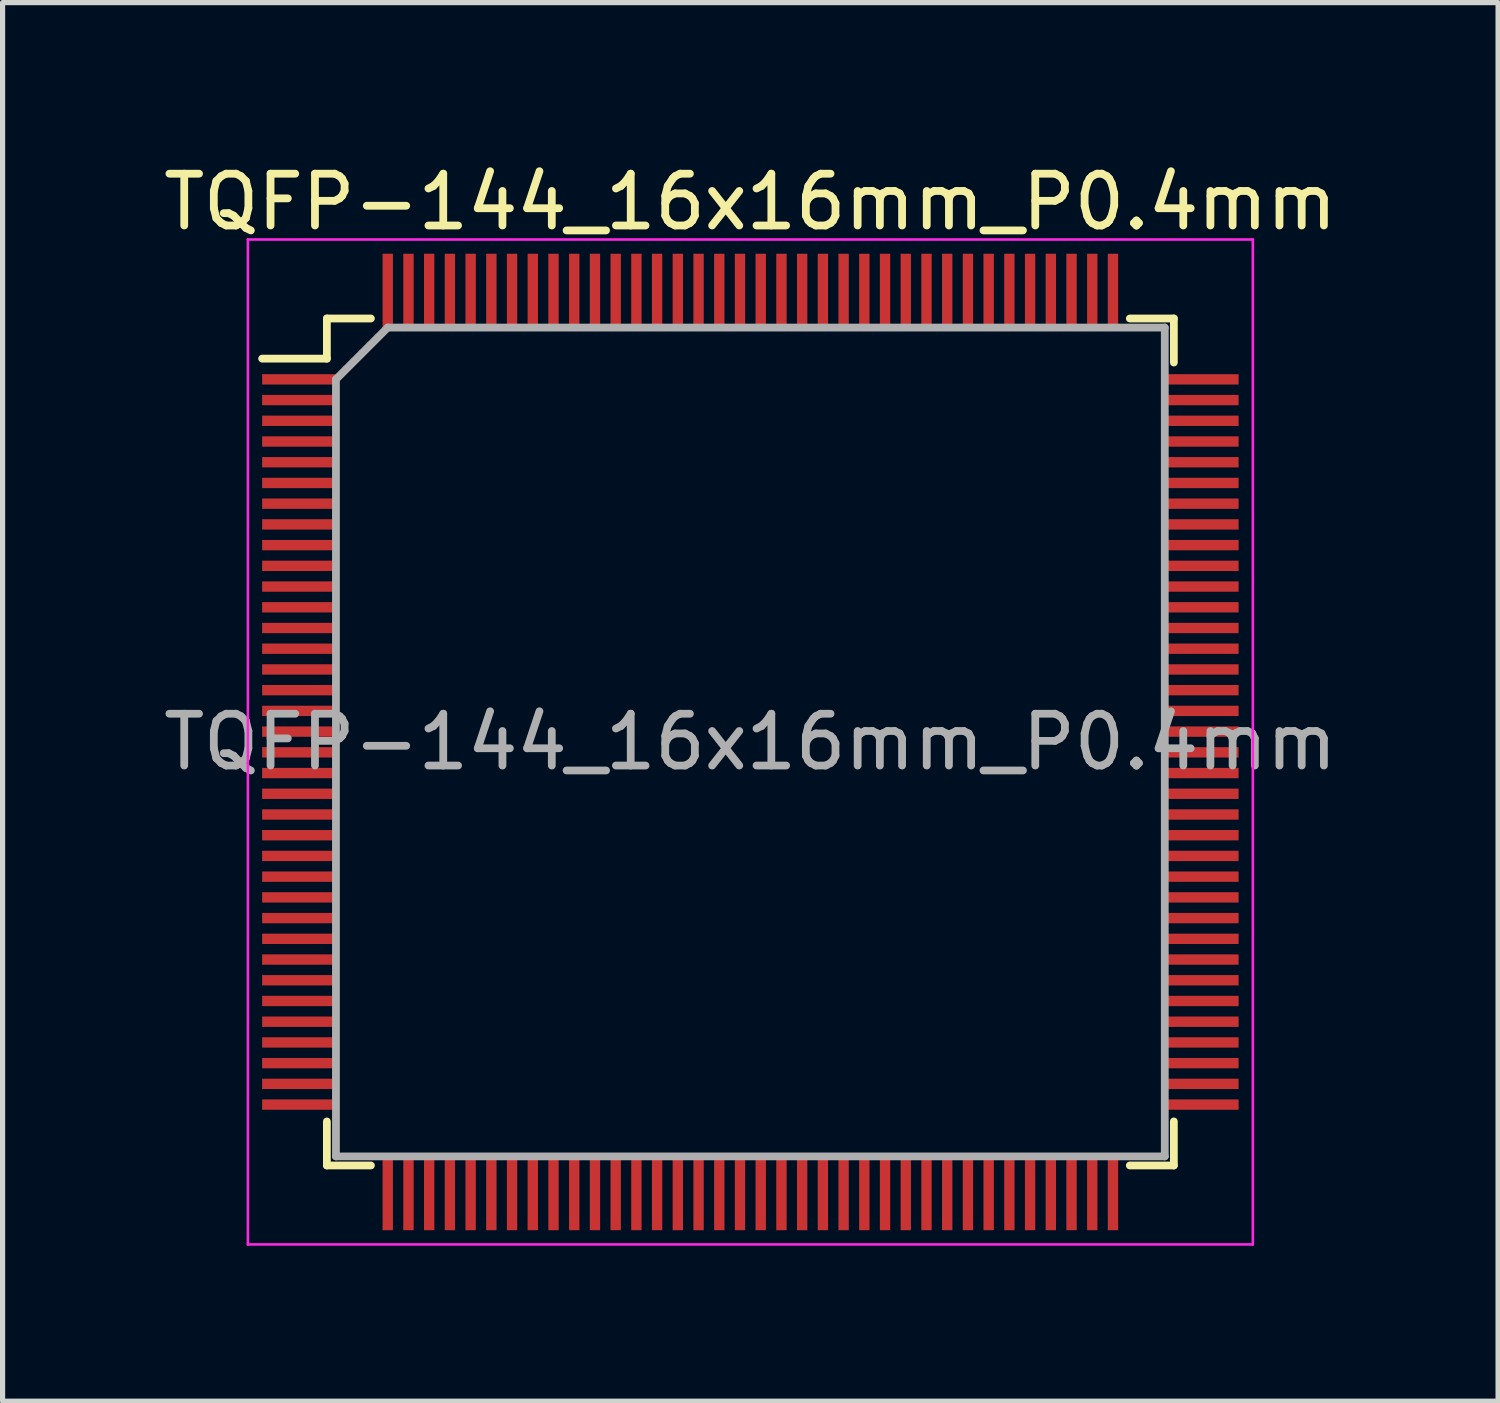
<source format=kicad_pcb>
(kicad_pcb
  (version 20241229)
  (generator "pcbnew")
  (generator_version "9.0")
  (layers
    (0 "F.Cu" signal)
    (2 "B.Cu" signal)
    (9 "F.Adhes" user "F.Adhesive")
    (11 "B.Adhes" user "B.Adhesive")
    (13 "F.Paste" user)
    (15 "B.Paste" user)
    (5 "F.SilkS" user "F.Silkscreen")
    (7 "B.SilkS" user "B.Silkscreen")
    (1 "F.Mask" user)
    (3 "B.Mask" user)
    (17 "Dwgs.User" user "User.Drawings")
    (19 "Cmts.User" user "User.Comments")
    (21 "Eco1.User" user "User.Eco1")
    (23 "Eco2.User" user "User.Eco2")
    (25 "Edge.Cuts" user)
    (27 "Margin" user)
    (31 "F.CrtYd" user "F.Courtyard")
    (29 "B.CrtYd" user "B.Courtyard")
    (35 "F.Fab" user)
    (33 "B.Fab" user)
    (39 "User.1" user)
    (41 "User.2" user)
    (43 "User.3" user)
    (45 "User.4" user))
  (footprint "TQFP-144_16x16mm_P0.4mm"
    (layer "F.Cu")
    (at 11.435 11.273)
    (property "Reference" "TQFP-144_16x16mm_P0.4mm" (at 0 -10.425 0) (layer "F.SilkS") (effects (font (size 1 1) (thickness 0.15))))
    (attr smd)
    (fp_line (start -8.175 -8.175) (end -8.175 -7.4) (stroke (width 0.15) (type solid)) (layer "F.SilkS"))
    (fp_line (start -8.175 -8.175) (end -7.325 -8.175) (stroke (width 0.15) (type solid)) (layer "F.SilkS"))
    (fp_line (start -8.175 -7.4) (end -9.425 -7.4) (stroke (width 0.15) (type solid)) (layer "F.SilkS"))
    (fp_line (start -8.175 8.175) (end -8.175 7.325) (stroke (width 0.15) (type solid)) (layer "F.SilkS"))
    (fp_line (start -8.175 8.175) (end -7.325 8.175) (stroke (width 0.15) (type solid)) (layer "F.SilkS"))
    (fp_line (start 8.175 -8.175) (end 7.325 -8.175) (stroke (width 0.15) (type solid)) (layer "F.SilkS"))
    (fp_line (start 8.175 -8.175) (end 8.175 -7.325) (stroke (width 0.15) (type solid)) (layer "F.SilkS"))
    (fp_line (start 8.175 8.175) (end 7.325 8.175) (stroke (width 0.15) (type solid)) (layer "F.SilkS"))
    (fp_line (start 8.175 8.175) (end 8.175 7.325) (stroke (width 0.15) (type solid)) (layer "F.SilkS"))
    (fp_line (start -9.7 -9.7) (end -9.7 9.7) (stroke (width 0.05) (type solid)) (layer "F.CrtYd"))
    (fp_line (start -9.7 -9.7) (end 9.7 -9.7) (stroke (width 0.05) (type solid)) (layer "F.CrtYd"))
    (fp_line (start -9.7 9.7) (end 9.7 9.7) (stroke (width 0.05) (type solid)) (layer "F.CrtYd"))
    (fp_line (start 9.7 -9.7) (end 9.7 9.7) (stroke (width 0.05) (type solid)) (layer "F.CrtYd"))
    (fp_line (start -8 -7) (end -7 -8) (stroke (width 0.15) (type solid)) (layer "F.Fab"))
    (fp_line (start -8 8) (end -8 -7) (stroke (width 0.15) (type solid)) (layer "F.Fab"))
    (fp_line (start -7 -8) (end 8 -8) (stroke (width 0.15) (type solid)) (layer "F.Fab"))
    (fp_line (start 8 -8) (end 8 8) (stroke (width 0.15) (type solid)) (layer "F.Fab"))
    (fp_line (start 8 8) (end -8 8) (stroke (width 0.15) (type solid)) (layer "F.Fab"))
    (fp_text user "${REFERENCE}" (at 0 0 0) (layer "F.Fab") (effects (font (size 1 1) (thickness 0.15))))
    (pad "1" smd rect (at -8.7 -7) (size 1.45 0.2) (layers "F.Cu" "F.Mask" "F.Paste"))
    (pad "2" smd rect (at -8.7 -6.6) (size 1.45 0.2) (layers "F.Cu" "F.Mask" "F.Paste"))
    (pad "3" smd rect (at -8.7 -6.2) (size 1.45 0.2) (layers "F.Cu" "F.Mask" "F.Paste"))
    (pad "4" smd rect (at -8.7 -5.8) (size 1.45 0.2) (layers "F.Cu" "F.Mask" "F.Paste"))
    (pad "5" smd rect (at -8.7 -5.4) (size 1.45 0.2) (layers "F.Cu" "F.Mask" "F.Paste"))
    (pad "6" smd rect (at -8.7 -5) (size 1.45 0.2) (layers "F.Cu" "F.Mask" "F.Paste"))
    (pad "7" smd rect (at -8.7 -4.6) (size 1.45 0.2) (layers "F.Cu" "F.Mask" "F.Paste"))
    (pad "8" smd rect (at -8.7 -4.2) (size 1.45 0.2) (layers "F.Cu" "F.Mask" "F.Paste"))
    (pad "9" smd rect (at -8.7 -3.8) (size 1.45 0.2) (layers "F.Cu" "F.Mask" "F.Paste"))
    (pad "10" smd rect (at -8.7 -3.4) (size 1.45 0.2) (layers "F.Cu" "F.Mask" "F.Paste"))
    (pad "11" smd rect (at -8.7 -3) (size 1.45 0.2) (layers "F.Cu" "F.Mask" "F.Paste"))
    (pad "12" smd rect (at -8.7 -2.6) (size 1.45 0.2) (layers "F.Cu" "F.Mask" "F.Paste"))
    (pad "13" smd rect (at -8.7 -2.2) (size 1.45 0.2) (layers "F.Cu" "F.Mask" "F.Paste"))
    (pad "14" smd rect (at -8.7 -1.8) (size 1.45 0.2) (layers "F.Cu" "F.Mask" "F.Paste"))
    (pad "15" smd rect (at -8.7 -1.4) (size 1.45 0.2) (layers "F.Cu" "F.Mask" "F.Paste"))
    (pad "16" smd rect (at -8.7 -1) (size 1.45 0.2) (layers "F.Cu" "F.Mask" "F.Paste"))
    (pad "17" smd rect (at -8.7 -0.6) (size 1.45 0.2) (layers "F.Cu" "F.Mask" "F.Paste"))
    (pad "18" smd rect (at -8.7 -0.2) (size 1.45 0.2) (layers "F.Cu" "F.Mask" "F.Paste"))
    (pad "19" smd rect (at -8.7 0.2) (size 1.45 0.2) (layers "F.Cu" "F.Mask" "F.Paste"))
    (pad "20" smd rect (at -8.7 0.6) (size 1.45 0.2) (layers "F.Cu" "F.Mask" "F.Paste"))
    (pad "21" smd rect (at -8.7 1) (size 1.45 0.2) (layers "F.Cu" "F.Mask" "F.Paste"))
    (pad "22" smd rect (at -8.7 1.4) (size 1.45 0.2) (layers "F.Cu" "F.Mask" "F.Paste"))
    (pad "23" smd rect (at -8.7 1.8) (size 1.45 0.2) (layers "F.Cu" "F.Mask" "F.Paste"))
    (pad "24" smd rect (at -8.7 2.2) (size 1.45 0.2) (layers "F.Cu" "F.Mask" "F.Paste"))
    (pad "25" smd rect (at -8.7 2.6) (size 1.45 0.2) (layers "F.Cu" "F.Mask" "F.Paste"))
    (pad "26" smd rect (at -8.7 3) (size 1.45 0.2) (layers "F.Cu" "F.Mask" "F.Paste"))
    (pad "27" smd rect (at -8.7 3.4) (size 1.45 0.2) (layers "F.Cu" "F.Mask" "F.Paste"))
    (pad "28" smd rect (at -8.7 3.8) (size 1.45 0.2) (layers "F.Cu" "F.Mask" "F.Paste"))
    (pad "29" smd rect (at -8.7 4.2) (size 1.45 0.2) (layers "F.Cu" "F.Mask" "F.Paste"))
    (pad "30" smd rect (at -8.7 4.6) (size 1.45 0.2) (layers "F.Cu" "F.Mask" "F.Paste"))
    (pad "31" smd rect (at -8.7 5) (size 1.45 0.2) (layers "F.Cu" "F.Mask" "F.Paste"))
    (pad "32" smd rect (at -8.7 5.4) (size 1.45 0.2) (layers "F.Cu" "F.Mask" "F.Paste"))
    (pad "33" smd rect (at -8.7 5.8) (size 1.45 0.2) (layers "F.Cu" "F.Mask" "F.Paste"))
    (pad "34" smd rect (at -8.7 6.2) (size 1.45 0.2) (layers "F.Cu" "F.Mask" "F.Paste"))
    (pad "35" smd rect (at -8.7 6.6) (size 1.45 0.2) (layers "F.Cu" "F.Mask" "F.Paste"))
    (pad "36" smd rect (at -8.7 7) (size 1.45 0.2) (layers "F.Cu" "F.Mask" "F.Paste"))
    (pad "37" smd rect (at -7 8.7 90) (size 1.45 0.2) (layers "F.Cu" "F.Mask" "F.Paste"))
    (pad "38" smd rect (at -6.6 8.7 90) (size 1.45 0.2) (layers "F.Cu" "F.Mask" "F.Paste"))
    (pad "39" smd rect (at -6.2 8.7 90) (size 1.45 0.2) (layers "F.Cu" "F.Mask" "F.Paste"))
    (pad "40" smd rect (at -5.8 8.7 90) (size 1.45 0.2) (layers "F.Cu" "F.Mask" "F.Paste"))
    (pad "41" smd rect (at -5.4 8.7 90) (size 1.45 0.2) (layers "F.Cu" "F.Mask" "F.Paste"))
    (pad "42" smd rect (at -5 8.7 90) (size 1.45 0.2) (layers "F.Cu" "F.Mask" "F.Paste"))
    (pad "43" smd rect (at -4.6 8.7 90) (size 1.45 0.2) (layers "F.Cu" "F.Mask" "F.Paste"))
    (pad "44" smd rect (at -4.2 8.7 90) (size 1.45 0.2) (layers "F.Cu" "F.Mask" "F.Paste"))
    (pad "45" smd rect (at -3.8 8.7 90) (size 1.45 0.2) (layers "F.Cu" "F.Mask" "F.Paste"))
    (pad "46" smd rect (at -3.4 8.7 90) (size 1.45 0.2) (layers "F.Cu" "F.Mask" "F.Paste"))
    (pad "47" smd rect (at -3 8.7 90) (size 1.45 0.2) (layers "F.Cu" "F.Mask" "F.Paste"))
    (pad "48" smd rect (at -2.6 8.7 90) (size 1.45 0.2) (layers "F.Cu" "F.Mask" "F.Paste"))
    (pad "49" smd rect (at -2.2 8.7 90) (size 1.45 0.2) (layers "F.Cu" "F.Mask" "F.Paste"))
    (pad "50" smd rect (at -1.8 8.7 90) (size 1.45 0.2) (layers "F.Cu" "F.Mask" "F.Paste"))
    (pad "51" smd rect (at -1.4 8.7 90) (size 1.45 0.2) (layers "F.Cu" "F.Mask" "F.Paste"))
    (pad "52" smd rect (at -1 8.7 90) (size 1.45 0.2) (layers "F.Cu" "F.Mask" "F.Paste"))
    (pad "53" smd rect (at -0.6 8.7 90) (size 1.45 0.2) (layers "F.Cu" "F.Mask" "F.Paste"))
    (pad "54" smd rect (at -0.2 8.7 90) (size 1.45 0.2) (layers "F.Cu" "F.Mask" "F.Paste"))
    (pad "55" smd rect (at 0.2 8.7 90) (size 1.45 0.2) (layers "F.Cu" "F.Mask" "F.Paste"))
    (pad "56" smd rect (at 0.6 8.7 90) (size 1.45 0.2) (layers "F.Cu" "F.Mask" "F.Paste"))
    (pad "57" smd rect (at 1 8.7 90) (size 1.45 0.2) (layers "F.Cu" "F.Mask" "F.Paste"))
    (pad "58" smd rect (at 1.4 8.7 90) (size 1.45 0.2) (layers "F.Cu" "F.Mask" "F.Paste"))
    (pad "59" smd rect (at 1.8 8.7 90) (size 1.45 0.2) (layers "F.Cu" "F.Mask" "F.Paste"))
    (pad "60" smd rect (at 2.2 8.7 90) (size 1.45 0.2) (layers "F.Cu" "F.Mask" "F.Paste"))
    (pad "61" smd rect (at 2.6 8.7 90) (size 1.45 0.2) (layers "F.Cu" "F.Mask" "F.Paste"))
    (pad "62" smd rect (at 3 8.7 90) (size 1.45 0.2) (layers "F.Cu" "F.Mask" "F.Paste"))
    (pad "63" smd rect (at 3.4 8.7 90) (size 1.45 0.2) (layers "F.Cu" "F.Mask" "F.Paste"))
    (pad "64" smd rect (at 3.8 8.7 90) (size 1.45 0.2) (layers "F.Cu" "F.Mask" "F.Paste"))
    (pad "65" smd rect (at 4.2 8.7 90) (size 1.45 0.2) (layers "F.Cu" "F.Mask" "F.Paste"))
    (pad "66" smd rect (at 4.6 8.7 90) (size 1.45 0.2) (layers "F.Cu" "F.Mask" "F.Paste"))
    (pad "67" smd rect (at 5 8.7 90) (size 1.45 0.2) (layers "F.Cu" "F.Mask" "F.Paste"))
    (pad "68" smd rect (at 5.4 8.7 90) (size 1.45 0.2) (layers "F.Cu" "F.Mask" "F.Paste"))
    (pad "69" smd rect (at 5.8 8.7 90) (size 1.45 0.2) (layers "F.Cu" "F.Mask" "F.Paste"))
    (pad "70" smd rect (at 6.2 8.7 90) (size 1.45 0.2) (layers "F.Cu" "F.Mask" "F.Paste"))
    (pad "71" smd rect (at 6.6 8.7 90) (size 1.45 0.2) (layers "F.Cu" "F.Mask" "F.Paste"))
    (pad "72" smd rect (at 7 8.7 90) (size 1.45 0.2) (layers "F.Cu" "F.Mask" "F.Paste"))
    (pad "73" smd rect (at 8.7 7) (size 1.45 0.2) (layers "F.Cu" "F.Mask" "F.Paste"))
    (pad "74" smd rect (at 8.7 6.6) (size 1.45 0.2) (layers "F.Cu" "F.Mask" "F.Paste"))
    (pad "75" smd rect (at 8.7 6.2) (size 1.45 0.2) (layers "F.Cu" "F.Mask" "F.Paste"))
    (pad "76" smd rect (at 8.7 5.8) (size 1.45 0.2) (layers "F.Cu" "F.Mask" "F.Paste"))
    (pad "77" smd rect (at 8.7 5.4) (size 1.45 0.2) (layers "F.Cu" "F.Mask" "F.Paste"))
    (pad "78" smd rect (at 8.7 5) (size 1.45 0.2) (layers "F.Cu" "F.Mask" "F.Paste"))
    (pad "79" smd rect (at 8.7 4.6) (size 1.45 0.2) (layers "F.Cu" "F.Mask" "F.Paste"))
    (pad "80" smd rect (at 8.7 4.2) (size 1.45 0.2) (layers "F.Cu" "F.Mask" "F.Paste"))
    (pad "81" smd rect (at 8.7 3.8) (size 1.45 0.2) (layers "F.Cu" "F.Mask" "F.Paste"))
    (pad "82" smd rect (at 8.7 3.4) (size 1.45 0.2) (layers "F.Cu" "F.Mask" "F.Paste"))
    (pad "83" smd rect (at 8.7 3) (size 1.45 0.2) (layers "F.Cu" "F.Mask" "F.Paste"))
    (pad "84" smd rect (at 8.7 2.6) (size 1.45 0.2) (layers "F.Cu" "F.Mask" "F.Paste"))
    (pad "85" smd rect (at 8.7 2.2) (size 1.45 0.2) (layers "F.Cu" "F.Mask" "F.Paste"))
    (pad "86" smd rect (at 8.7 1.8) (size 1.45 0.2) (layers "F.Cu" "F.Mask" "F.Paste"))
    (pad "87" smd rect (at 8.7 1.4) (size 1.45 0.2) (layers "F.Cu" "F.Mask" "F.Paste"))
    (pad "88" smd rect (at 8.7 1) (size 1.45 0.2) (layers "F.Cu" "F.Mask" "F.Paste"))
    (pad "89" smd rect (at 8.7 0.6) (size 1.45 0.2) (layers "F.Cu" "F.Mask" "F.Paste"))
    (pad "90" smd rect (at 8.7 0.2) (size 1.45 0.2) (layers "F.Cu" "F.Mask" "F.Paste"))
    (pad "91" smd rect (at 8.7 -0.2) (size 1.45 0.2) (layers "F.Cu" "F.Mask" "F.Paste"))
    (pad "92" smd rect (at 8.7 -0.6) (size 1.45 0.2) (layers "F.Cu" "F.Mask" "F.Paste"))
    (pad "93" smd rect (at 8.7 -1) (size 1.45 0.2) (layers "F.Cu" "F.Mask" "F.Paste"))
    (pad "94" smd rect (at 8.7 -1.4) (size 1.45 0.2) (layers "F.Cu" "F.Mask" "F.Paste"))
    (pad "95" smd rect (at 8.7 -1.8) (size 1.45 0.2) (layers "F.Cu" "F.Mask" "F.Paste"))
    (pad "96" smd rect (at 8.7 -2.2) (size 1.45 0.2) (layers "F.Cu" "F.Mask" "F.Paste"))
    (pad "97" smd rect (at 8.7 -2.6) (size 1.45 0.2) (layers "F.Cu" "F.Mask" "F.Paste"))
    (pad "98" smd rect (at 8.7 -3) (size 1.45 0.2) (layers "F.Cu" "F.Mask" "F.Paste"))
    (pad "99" smd rect (at 8.7 -3.4) (size 1.45 0.2) (layers "F.Cu" "F.Mask" "F.Paste"))
    (pad "100" smd rect (at 8.7 -3.8) (size 1.45 0.2) (layers "F.Cu" "F.Mask" "F.Paste"))
    (pad "101" smd rect (at 8.7 -4.2) (size 1.45 0.2) (layers "F.Cu" "F.Mask" "F.Paste"))
    (pad "102" smd rect (at 8.7 -4.6) (size 1.45 0.2) (layers "F.Cu" "F.Mask" "F.Paste"))
    (pad "103" smd rect (at 8.7 -5) (size 1.45 0.2) (layers "F.Cu" "F.Mask" "F.Paste"))
    (pad "104" smd rect (at 8.7 -5.4) (size 1.45 0.2) (layers "F.Cu" "F.Mask" "F.Paste"))
    (pad "105" smd rect (at 8.7 -5.8) (size 1.45 0.2) (layers "F.Cu" "F.Mask" "F.Paste"))
    (pad "106" smd rect (at 8.7 -6.2) (size 1.45 0.2) (layers "F.Cu" "F.Mask" "F.Paste"))
    (pad "107" smd rect (at 8.7 -6.6) (size 1.45 0.2) (layers "F.Cu" "F.Mask" "F.Paste"))
    (pad "108" smd rect (at 8.7 -7) (size 1.45 0.2) (layers "F.Cu" "F.Mask" "F.Paste"))
    (pad "109" smd rect (at 7 -8.7 90) (size 1.45 0.2) (layers "F.Cu" "F.Mask" "F.Paste"))
    (pad "110" smd rect (at 6.6 -8.7 90) (size 1.45 0.2) (layers "F.Cu" "F.Mask" "F.Paste"))
    (pad "111" smd rect (at 6.2 -8.7 90) (size 1.45 0.2) (layers "F.Cu" "F.Mask" "F.Paste"))
    (pad "112" smd rect (at 5.8 -8.7 90) (size 1.45 0.2) (layers "F.Cu" "F.Mask" "F.Paste"))
    (pad "113" smd rect (at 5.4 -8.7 90) (size 1.45 0.2) (layers "F.Cu" "F.Mask" "F.Paste"))
    (pad "114" smd rect (at 5 -8.7 90) (size 1.45 0.2) (layers "F.Cu" "F.Mask" "F.Paste"))
    (pad "115" smd rect (at 4.6 -8.7 90) (size 1.45 0.2) (layers "F.Cu" "F.Mask" "F.Paste"))
    (pad "116" smd rect (at 4.2 -8.7 90) (size 1.45 0.2) (layers "F.Cu" "F.Mask" "F.Paste"))
    (pad "117" smd rect (at 3.8 -8.7 90) (size 1.45 0.2) (layers "F.Cu" "F.Mask" "F.Paste"))
    (pad "118" smd rect (at 3.4 -8.7 90) (size 1.45 0.2) (layers "F.Cu" "F.Mask" "F.Paste"))
    (pad "119" smd rect (at 3 -8.7 90) (size 1.45 0.2) (layers "F.Cu" "F.Mask" "F.Paste"))
    (pad "120" smd rect (at 2.6 -8.7 90) (size 1.45 0.2) (layers "F.Cu" "F.Mask" "F.Paste"))
    (pad "121" smd rect (at 2.2 -8.7 90) (size 1.45 0.2) (layers "F.Cu" "F.Mask" "F.Paste"))
    (pad "122" smd rect (at 1.8 -8.7 90) (size 1.45 0.2) (layers "F.Cu" "F.Mask" "F.Paste"))
    (pad "123" smd rect (at 1.4 -8.7 90) (size 1.45 0.2) (layers "F.Cu" "F.Mask" "F.Paste"))
    (pad "124" smd rect (at 1 -8.7 90) (size 1.45 0.2) (layers "F.Cu" "F.Mask" "F.Paste"))
    (pad "125" smd rect (at 0.6 -8.7 90) (size 1.45 0.2) (layers "F.Cu" "F.Mask" "F.Paste"))
    (pad "126" smd rect (at 0.2 -8.7 90) (size 1.45 0.2) (layers "F.Cu" "F.Mask" "F.Paste"))
    (pad "127" smd rect (at -0.2 -8.7 90) (size 1.45 0.2) (layers "F.Cu" "F.Mask" "F.Paste"))
    (pad "128" smd rect (at -0.6 -8.7 90) (size 1.45 0.2) (layers "F.Cu" "F.Mask" "F.Paste"))
    (pad "129" smd rect (at -1 -8.7 90) (size 1.45 0.2) (layers "F.Cu" "F.Mask" "F.Paste"))
    (pad "130" smd rect (at -1.4 -8.7 90) (size 1.45 0.2) (layers "F.Cu" "F.Mask" "F.Paste"))
    (pad "131" smd rect (at -1.8 -8.7 90) (size 1.45 0.2) (layers "F.Cu" "F.Mask" "F.Paste"))
    (pad "132" smd rect (at -2.2 -8.7 90) (size 1.45 0.2) (layers "F.Cu" "F.Mask" "F.Paste"))
    (pad "133" smd rect (at -2.6 -8.7 90) (size 1.45 0.2) (layers "F.Cu" "F.Mask" "F.Paste"))
    (pad "134" smd rect (at -3 -8.7 90) (size 1.45 0.2) (layers "F.Cu" "F.Mask" "F.Paste"))
    (pad "135" smd rect (at -3.4 -8.7 90) (size 1.45 0.2) (layers "F.Cu" "F.Mask" "F.Paste"))
    (pad "136" smd rect (at -3.8 -8.7 90) (size 1.45 0.2) (layers "F.Cu" "F.Mask" "F.Paste"))
    (pad "137" smd rect (at -4.2 -8.7 90) (size 1.45 0.2) (layers "F.Cu" "F.Mask" "F.Paste"))
    (pad "138" smd rect (at -4.6 -8.7 90) (size 1.45 0.2) (layers "F.Cu" "F.Mask" "F.Paste"))
    (pad "139" smd rect (at -5 -8.7 90) (size 1.45 0.2) (layers "F.Cu" "F.Mask" "F.Paste"))
    (pad "140" smd rect (at -5.4 -8.7 90) (size 1.45 0.2) (layers "F.Cu" "F.Mask" "F.Paste"))
    (pad "141" smd rect (at -5.8 -8.7 90) (size 1.45 0.2) (layers "F.Cu" "F.Mask" "F.Paste"))
    (pad "142" smd rect (at -6.2 -8.7 90) (size 1.45 0.2) (layers "F.Cu" "F.Mask" "F.Paste"))
    (pad "143" smd rect (at -6.6 -8.7 90) (size 1.45 0.2) (layers "F.Cu" "F.Mask" "F.Paste"))
    (pad "144" smd rect (at -7 -8.7 90) (size 1.45 0.2) (layers "F.Cu" "F.Mask" "F.Paste")))
  (gr_rect
    (start -3 -3)
    (end 25.869 23.998)
    (stroke (width 0.1) (type default))
    (fill no)
    (layer "Edge.Cuts")))
</source>
